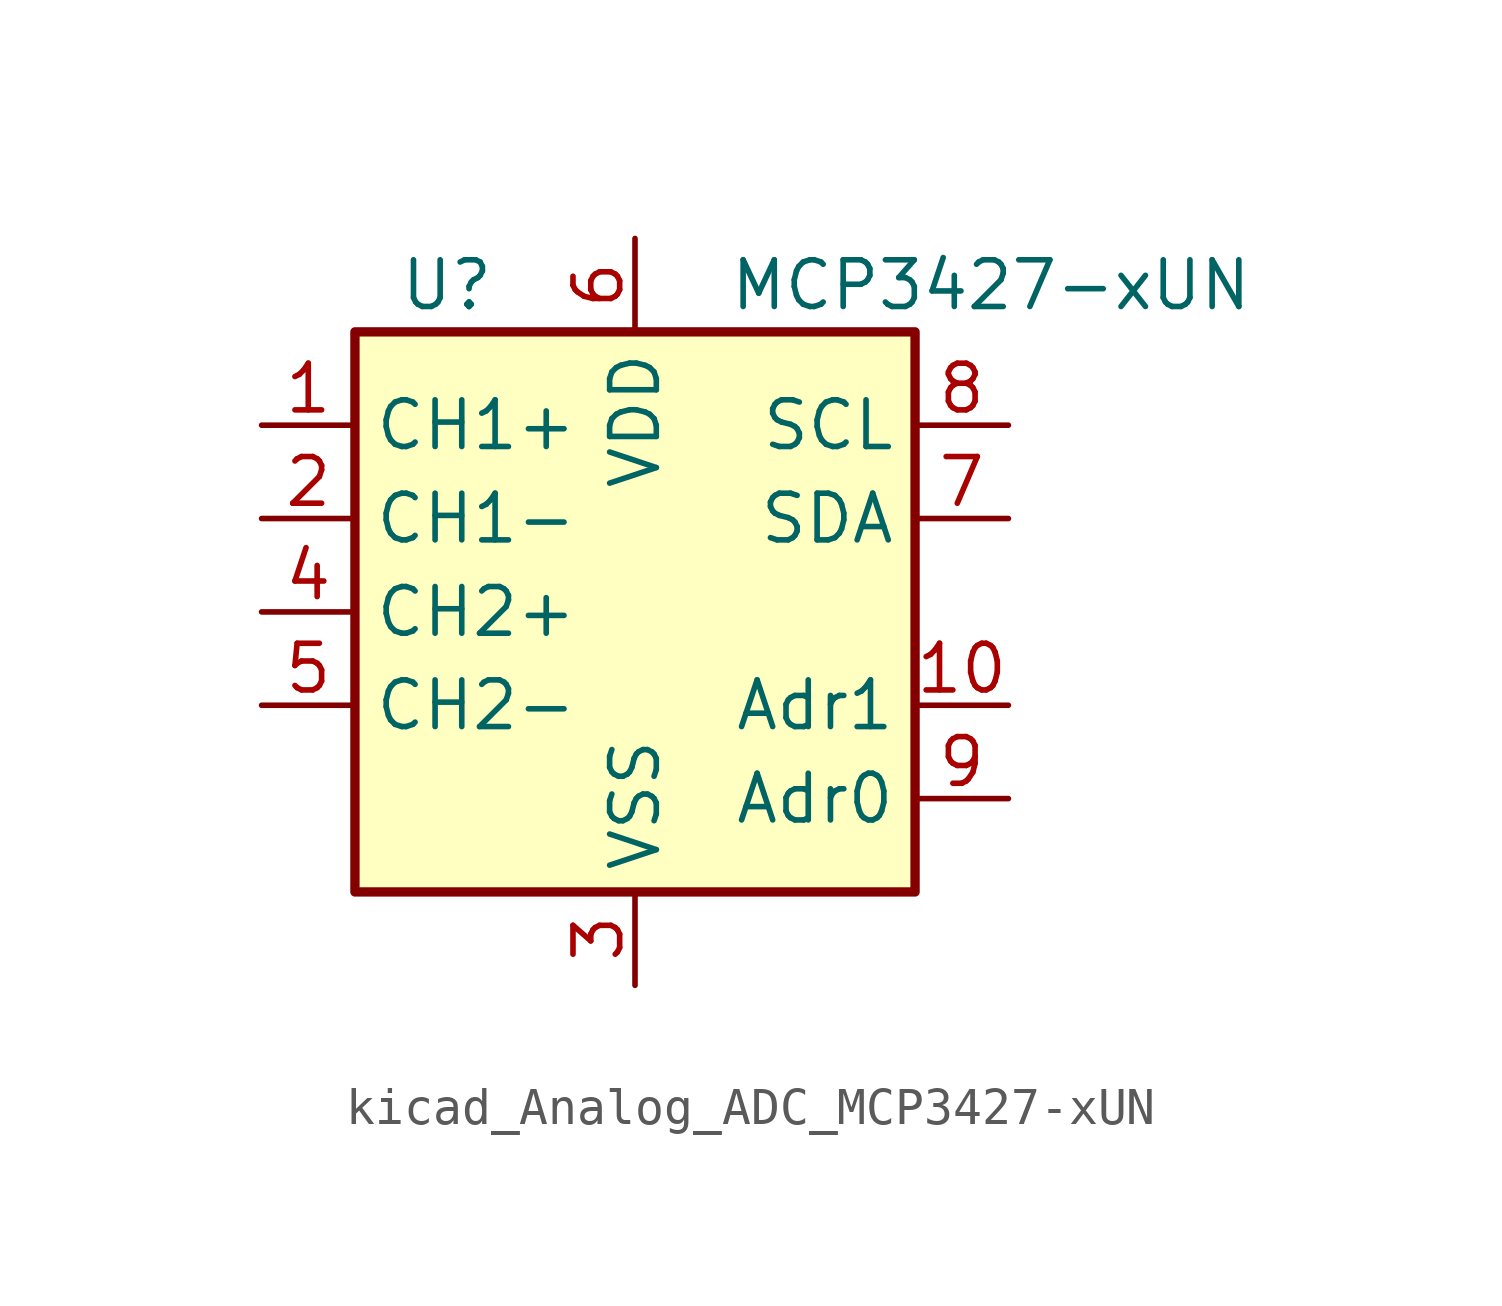
<source format=kicad_sym>
(kicad_symbol_lib
  (version 20220914)
  (generator kicad_symbol_editor)
  (symbol "kicad_Analog_ADC_MCP3427-xUN"
    (property "Reference" "U"
      (at -3.81 8.89 0)
      (effects (font (size 1.27 1.27)) (justify right)))
    (property "Value" "MCP3427-xUN"
      (at 2.54 8.89 0)
      (effects (font (size 1.27 1.27)) (justify left)))
    (symbol "kicad_Analog_ADC_MCP3427-xUN_0_1"
      (rectangle (start -7.62 7.62) (end 7.62 -7.62) (stroke (width 0.254) (type default)) (fill (type background))))
    (symbol "kicad_Analog_ADC_MCP3427-xUN_1_1"
      (pin input line (at -10.16 5.08 0) (length 2.54) (name "CH1+" (effects (font (size 1.27 1.27)))) (number "1" (effects (font (size 1.27 1.27)))))
      (pin input line (at 10.16 -2.54 180) (length 2.54) (name "Adr1" (effects (font (size 1.27 1.27)))) (number "10" (effects (font (size 1.27 1.27)))))
      (pin input line (at -10.16 2.54 0) (length 2.54) (name "CH1-" (effects (font (size 1.27 1.27)))) (number "2" (effects (font (size 1.27 1.27)))))
      (pin power_in line (at 0 -10.16 90) (length 2.54) (name "VSS" (effects (font (size 1.27 1.27)))) (number "3" (effects (font (size 1.27 1.27)))))
      (pin input line (at -10.16 0 0) (length 2.54) (name "CH2+" (effects (font (size 1.27 1.27)))) (number "4" (effects (font (size 1.27 1.27)))))
      (pin input line (at -10.16 -2.54 0) (length 2.54) (name "CH2-" (effects (font (size 1.27 1.27)))) (number "5" (effects (font (size 1.27 1.27)))))
      (pin power_in line (at 0 10.16 270) (length 2.54) (name "VDD" (effects (font (size 1.27 1.27)))) (number "6" (effects (font (size 1.27 1.27)))))
      (pin bidirectional line (at 10.16 2.54 180) (length 2.54) (name "SDA" (effects (font (size 1.27 1.27)))) (number "7" (effects (font (size 1.27 1.27)))))
      (pin input line (at 10.16 5.08 180) (length 2.54) (name "SCL" (effects (font (size 1.27 1.27)))) (number "8" (effects (font (size 1.27 1.27)))))
      (pin input line (at 10.16 -5.08 180) (length 2.54) (name "Adr0" (effects (font (size 1.27 1.27)))) (number "9" (effects (font (size 1.27 1.27))))))))
</source>
